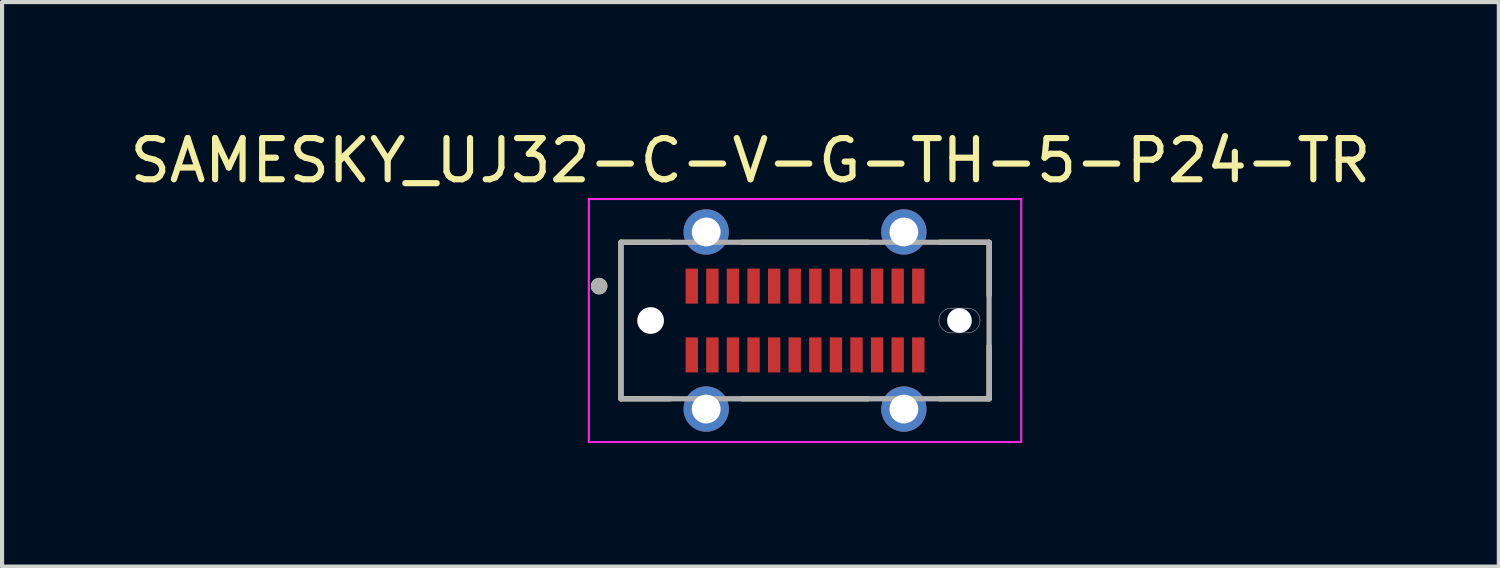
<source format=kicad_pcb>
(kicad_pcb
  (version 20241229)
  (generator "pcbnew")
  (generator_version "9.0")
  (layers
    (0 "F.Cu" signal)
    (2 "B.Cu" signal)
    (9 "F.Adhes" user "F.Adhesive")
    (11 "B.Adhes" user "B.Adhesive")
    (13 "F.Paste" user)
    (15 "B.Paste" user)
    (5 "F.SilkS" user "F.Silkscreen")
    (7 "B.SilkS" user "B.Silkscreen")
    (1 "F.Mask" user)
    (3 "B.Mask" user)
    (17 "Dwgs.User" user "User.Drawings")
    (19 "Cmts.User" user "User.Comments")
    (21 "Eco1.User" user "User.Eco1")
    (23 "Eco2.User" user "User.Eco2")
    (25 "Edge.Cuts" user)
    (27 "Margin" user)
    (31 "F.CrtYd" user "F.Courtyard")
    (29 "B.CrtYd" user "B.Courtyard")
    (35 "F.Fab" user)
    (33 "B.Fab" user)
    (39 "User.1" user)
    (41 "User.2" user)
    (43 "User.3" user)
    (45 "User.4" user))
  (footprint "SAMESKY_UJ32-C-V-G-TH-5-P24-TR"
    (layer "F.Cu")
    (at 16.498 4.733)
    (property "Reference" "SAMESKY_UJ32-C-V-G-TH-5-P24-TR" (at -1.325 -3.885 0) (layer "F.SilkS") (effects (font (size 1 1) (thickness 0.15))))
    (attr smd)
    (fp_poly (pts (xy 3.55 0.4) (xy 3.529 0.399) (xy 3.508 0.398) (xy 3.487 0.395) (xy 3.467 0.391) (xy 3.446 0.386) (xy 3.426 0.38) (xy 3.407 0.373) (xy 3.387 0.365) (xy 3.368 0.356) (xy 3.35 0.346) (xy 3.332 0.335) (xy 3.315 0.324) (xy 3.298 0.311) (xy 3.282 0.297) (xy 3.267 0.283) (xy 3.253 0.268) (xy 3.239 0.252) (xy 3.226 0.235) (xy 3.215 0.218) (xy 3.204 0.2) (xy 3.194 0.182) (xy 3.185 0.163) (xy 3.177 0.143) (xy 3.17 0.124) (xy 3.164 0.104) (xy 3.159 0.083) (xy 3.155 0.063) (xy 3.152 0.042) (xy 3.151 0.021) (xy 3.15 0) (xy 3.151 -0.021) (xy 3.152 -0.042) (xy 3.155 -0.063) (xy 3.159 -0.083) (xy 3.164 -0.104) (xy 3.17 -0.124) (xy 3.177 -0.143) (xy 3.185 -0.163) (xy 3.194 -0.182) (xy 3.204 -0.2) (xy 3.215 -0.218) (xy 3.226 -0.235) (xy 3.239 -0.252) (xy 3.253 -0.268) (xy 3.267 -0.283) (xy 3.282 -0.297) (xy 3.298 -0.311) (xy 3.315 -0.324) (xy 3.332 -0.335) (xy 3.35 -0.346) (xy 3.368 -0.356) (xy 3.387 -0.365) (xy 3.407 -0.373) (xy 3.426 -0.38) (xy 3.446 -0.386) (xy 3.467 -0.391) (xy 3.487 -0.395) (xy 3.508 -0.398) (xy 3.529 -0.399) (xy 3.55 -0.4) (xy 3.95 -0.4) (xy 3.971 -0.399) (xy 3.992 -0.398) (xy 4.013 -0.395) (xy 4.033 -0.391) (xy 4.054 -0.386) (xy 4.074 -0.38) (xy 4.093 -0.373) (xy 4.113 -0.365) (xy 4.132 -0.356) (xy 4.15 -0.346) (xy 4.168 -0.335) (xy 4.185 -0.324) (xy 4.202 -0.311) (xy 4.218 -0.297) (xy 4.233 -0.283) (xy 4.247 -0.268) (xy 4.261 -0.252) (xy 4.274 -0.235) (xy 4.285 -0.218) (xy 4.296 -0.2) (xy 4.306 -0.182) (xy 4.315 -0.163) (xy 4.323 -0.143) (xy 4.33 -0.124) (xy 4.336 -0.104) (xy 4.341 -0.083) (xy 4.345 -0.063) (xy 4.348 -0.042) (xy 4.349 -0.021) (xy 4.35 0) (xy 4.349 0.021) (xy 4.348 0.042) (xy 4.345 0.063) (xy 4.341 0.083) (xy 4.336 0.104) (xy 4.33 0.124) (xy 4.323 0.143) (xy 4.315 0.163) (xy 4.306 0.182) (xy 4.296 0.2) (xy 4.285 0.218) (xy 4.274 0.235) (xy 4.261 0.252) (xy 4.247 0.268) (xy 4.233 0.283) (xy 4.218 0.297) (xy 4.202 0.311) (xy 4.185 0.324) (xy 4.168 0.335) (xy 4.15 0.346) (xy 4.132 0.356) (xy 4.113 0.365) (xy 4.093 0.373) (xy 4.074 0.38) (xy 4.054 0.386) (xy 4.033 0.391) (xy 4.013 0.395) (xy 3.992 0.398) (xy 3.971 0.399) (xy 3.95 0.4) (xy 3.55 0.4)) (stroke (width 0.01) (type solid)) (fill yes) (layer "F.Mask"))
    (fp_poly (pts (xy 3.55 0.4) (xy 3.529 0.399) (xy 3.508 0.398) (xy 3.487 0.395) (xy 3.467 0.391) (xy 3.446 0.386) (xy 3.426 0.38) (xy 3.407 0.373) (xy 3.387 0.365) (xy 3.368 0.356) (xy 3.35 0.346) (xy 3.332 0.335) (xy 3.315 0.324) (xy 3.298 0.311) (xy 3.282 0.297) (xy 3.267 0.283) (xy 3.253 0.268) (xy 3.239 0.252) (xy 3.226 0.235) (xy 3.215 0.218) (xy 3.204 0.2) (xy 3.194 0.182) (xy 3.185 0.163) (xy 3.177 0.143) (xy 3.17 0.124) (xy 3.164 0.104) (xy 3.159 0.083) (xy 3.155 0.063) (xy 3.152 0.042) (xy 3.151 0.021) (xy 3.15 0) (xy 3.151 -0.021) (xy 3.152 -0.042) (xy 3.155 -0.063) (xy 3.159 -0.083) (xy 3.164 -0.104) (xy 3.17 -0.124) (xy 3.177 -0.143) (xy 3.185 -0.163) (xy 3.194 -0.182) (xy 3.204 -0.2) (xy 3.215 -0.218) (xy 3.226 -0.235) (xy 3.239 -0.252) (xy 3.253 -0.268) (xy 3.267 -0.283) (xy 3.282 -0.297) (xy 3.298 -0.311) (xy 3.315 -0.324) (xy 3.332 -0.335) (xy 3.35 -0.346) (xy 3.368 -0.356) (xy 3.387 -0.365) (xy 3.407 -0.373) (xy 3.426 -0.38) (xy 3.446 -0.386) (xy 3.467 -0.391) (xy 3.487 -0.395) (xy 3.508 -0.398) (xy 3.529 -0.399) (xy 3.55 -0.4) (xy 3.95 -0.4) (xy 3.971 -0.399) (xy 3.992 -0.398) (xy 4.013 -0.395) (xy 4.033 -0.391) (xy 4.054 -0.386) (xy 4.074 -0.38) (xy 4.093 -0.373) (xy 4.113 -0.365) (xy 4.132 -0.356) (xy 4.15 -0.346) (xy 4.168 -0.335) (xy 4.185 -0.324) (xy 4.202 -0.311) (xy 4.218 -0.297) (xy 4.233 -0.283) (xy 4.247 -0.268) (xy 4.261 -0.252) (xy 4.274 -0.235) (xy 4.285 -0.218) (xy 4.296 -0.2) (xy 4.306 -0.182) (xy 4.315 -0.163) (xy 4.323 -0.143) (xy 4.33 -0.124) (xy 4.336 -0.104) (xy 4.341 -0.083) (xy 4.345 -0.063) (xy 4.348 -0.042) (xy 4.349 -0.021) (xy 4.35 0) (xy 4.349 0.021) (xy 4.348 0.042) (xy 4.345 0.063) (xy 4.341 0.083) (xy 4.336 0.104) (xy 4.33 0.124) (xy 4.323 0.143) (xy 4.315 0.163) (xy 4.306 0.182) (xy 4.296 0.2) (xy 4.285 0.218) (xy 4.274 0.235) (xy 4.261 0.252) (xy 4.247 0.268) (xy 4.233 0.283) (xy 4.218 0.297) (xy 4.202 0.311) (xy 4.185 0.324) (xy 4.168 0.335) (xy 4.15 0.346) (xy 4.132 0.356) (xy 4.113 0.365) (xy 4.093 0.373) (xy 4.074 0.38) (xy 4.054 0.386) (xy 4.033 0.391) (xy 4.013 0.395) (xy 3.992 0.398) (xy 3.971 0.399) (xy 3.95 0.4) (xy 3.55 0.4)) (stroke (width 0.01) (type solid)) (fill yes) (layer "B.Mask"))
    (fp_line (start -4.47 -1.9) (end -3.27 -1.9) (stroke (width 0.127) (type solid)) (layer "F.SilkS"))
    (fp_line (start -4.47 1.9) (end -4.47 -1.9) (stroke (width 0.127) (type solid)) (layer "F.SilkS"))
    (fp_line (start -3.27 1.9) (end -4.47 1.9) (stroke (width 0.127) (type solid)) (layer "F.SilkS"))
    (fp_line (start -1.53 -1.9) (end 1.53 -1.9) (stroke (width 0.127) (type solid)) (layer "F.SilkS"))
    (fp_line (start 1.53 1.9) (end -1.53 1.9) (stroke (width 0.127) (type solid)) (layer "F.SilkS"))
    (fp_line (start 3.27 -1.9) (end 4.47 -1.9) (stroke (width 0.127) (type solid)) (layer "F.SilkS"))
    (fp_line (start 4.47 -1.9) (end 4.47 -0.62) (stroke (width 0.127) (type solid)) (layer "F.SilkS"))
    (fp_line (start 4.47 0.62) (end 4.47 1.9) (stroke (width 0.127) (type solid)) (layer "F.SilkS"))
    (fp_line (start 4.47 1.9) (end 3.27 1.9) (stroke (width 0.127) (type solid)) (layer "F.SilkS"))
    (fp_circle (center -5 -0.835) (end -4.9 -0.835) (stroke (width 0.2) (type solid)) (fill no) (layer "F.SilkS"))
    (fp_line (start 3.55 -0.3) (end 3.95 -0.3) (stroke (width 0.01) (type solid)) (layer "Edge.Cuts"))
    (fp_line (start 3.95 0.3) (end 3.55 0.3) (stroke (width 0.01) (type solid)) (layer "Edge.Cuts"))
    (fp_arc (start 3.25 0) (mid 3.337868 -0.212132) (end 3.55 -0.3) (stroke (width 0.01) (type solid)) (layer "Edge.Cuts"))
    (fp_arc (start 3.55 0.3) (mid 3.337868 0.212132) (end 3.25 0) (stroke (width 0.01) (type solid)) (layer "Edge.Cuts"))
    (fp_arc (start 3.95 -0.3) (mid 4.162132 -0.212132) (end 4.25 0) (stroke (width 0.01) (type solid)) (layer "Edge.Cuts"))
    (fp_arc (start 4.25 0) (mid 4.162132 0.212132) (end 3.95 0.3) (stroke (width 0.01) (type solid)) (layer "Edge.Cuts"))
    (fp_line (start -5.25 -2.95) (end 5.25 -2.95) (stroke (width 0.05) (type solid)) (layer "F.CrtYd"))
    (fp_line (start -5.25 2.95) (end -5.25 -2.95) (stroke (width 0.05) (type solid)) (layer "F.CrtYd"))
    (fp_line (start 5.25 -2.95) (end 5.25 2.95) (stroke (width 0.05) (type solid)) (layer "F.CrtYd"))
    (fp_line (start 5.25 2.95) (end -5.25 2.95) (stroke (width 0.05) (type solid)) (layer "F.CrtYd"))
    (fp_line (start -4.47 -1.9) (end 4.47 -1.9) (stroke (width 0.127) (type solid)) (layer "F.Fab"))
    (fp_line (start -4.47 1.9) (end -4.47 -1.9) (stroke (width 0.127) (type solid)) (layer "F.Fab"))
    (fp_line (start 4.47 -1.9) (end 4.47 1.9) (stroke (width 0.127) (type solid)) (layer "F.Fab"))
    (fp_line (start 4.47 1.9) (end -4.47 1.9) (stroke (width 0.127) (type solid)) (layer "F.Fab"))
    (fp_circle (center -5 -0.835) (end -4.9 -0.835) (stroke (width 0.2) (type solid)) (fill no) (layer "F.Fab"))
    (pad "" np_thru_hole circle (at -3.75 0) (size 0.65 0.65) (drill 0.65) (layers "*.Cu" "*.Mask"))
    (pad "" np_thru_hole circle (at 3.75 0) (size 0.6 0.6) (drill 0.6) (layers "*.Cu" "*.Mask"))
    (pad "A1" smd rect (at -2.75 -0.835) (size 0.3 0.85) (layers "F.Cu" "F.Mask" "F.Paste"))
    (pad "A2" smd rect (at -2.25 -0.835) (size 0.3 0.85) (layers "F.Cu" "F.Mask" "F.Paste"))
    (pad "A3" smd rect (at -1.75 -0.835) (size 0.3 0.85) (layers "F.Cu" "F.Mask" "F.Paste"))
    (pad "A4" smd rect (at -1.25 -0.835) (size 0.3 0.85) (layers "F.Cu" "F.Mask" "F.Paste"))
    (pad "A5" smd rect (at -0.75 -0.835) (size 0.3 0.85) (layers "F.Cu" "F.Mask" "F.Paste"))
    (pad "A6" smd rect (at -0.25 -0.835) (size 0.3 0.85) (layers "F.Cu" "F.Mask" "F.Paste"))
    (pad "A7" smd rect (at 0.25 -0.835) (size 0.3 0.85) (layers "F.Cu" "F.Mask" "F.Paste"))
    (pad "A8" smd rect (at 0.75 -0.835) (size 0.3 0.85) (layers "F.Cu" "F.Mask" "F.Paste"))
    (pad "A9" smd rect (at 1.25 -0.835) (size 0.3 0.85) (layers "F.Cu" "F.Mask" "F.Paste"))
    (pad "A10" smd rect (at 1.75 -0.835) (size 0.3 0.85) (layers "F.Cu" "F.Mask" "F.Paste"))
    (pad "A11" smd rect (at 2.25 -0.835) (size 0.3 0.85) (layers "F.Cu" "F.Mask" "F.Paste"))
    (pad "A12" smd rect (at 2.75 -0.835) (size 0.3 0.85) (layers "F.Cu" "F.Mask" "F.Paste"))
    (pad "B1" smd rect (at 2.75 0.835) (size 0.3 0.85) (layers "F.Cu" "F.Mask" "F.Paste"))
    (pad "B2" smd rect (at 2.25 0.835) (size 0.3 0.85) (layers "F.Cu" "F.Mask" "F.Paste"))
    (pad "B3" smd rect (at 1.75 0.835) (size 0.3 0.85) (layers "F.Cu" "F.Mask" "F.Paste"))
    (pad "B4" smd rect (at 1.25 0.835) (size 0.3 0.85) (layers "F.Cu" "F.Mask" "F.Paste"))
    (pad "B5" smd rect (at 0.75 0.835) (size 0.3 0.85) (layers "F.Cu" "F.Mask" "F.Paste"))
    (pad "B6" smd rect (at 0.25 0.835) (size 0.3 0.85) (layers "F.Cu" "F.Mask" "F.Paste"))
    (pad "B7" smd rect (at -0.25 0.835) (size 0.3 0.85) (layers "F.Cu" "F.Mask" "F.Paste"))
    (pad "B8" smd rect (at -0.75 0.835) (size 0.3 0.85) (layers "F.Cu" "F.Mask" "F.Paste"))
    (pad "B9" smd rect (at -1.25 0.835) (size 0.3 0.85) (layers "F.Cu" "F.Mask" "F.Paste"))
    (pad "B10" smd rect (at -1.75 0.835) (size 0.3 0.85) (layers "F.Cu" "F.Mask" "F.Paste"))
    (pad "B11" smd rect (at -2.25 0.835) (size 0.3 0.85) (layers "F.Cu" "F.Mask" "F.Paste"))
    (pad "B12" smd rect (at -2.75 0.835) (size 0.3 0.85) (layers "F.Cu" "F.Mask" "F.Paste"))
    (pad "SH1" thru_hole circle (at -2.4 -2.15) (size 1.1 1.1) (drill 0.7) (layers "*.Cu" "*.Mask"))
    (pad "SH2" thru_hole circle (at 2.4 -2.15) (size 1.1 1.1) (drill 0.7) (layers "*.Cu" "*.Mask"))
    (pad "SH3" thru_hole circle (at -2.4 2.15) (size 1.1 1.1) (drill 0.7) (layers "*.Cu" "*.Mask"))
    (pad "SH4" thru_hole circle (at 2.4 2.15) (size 1.1 1.1) (drill 0.7) (layers "*.Cu" "*.Mask")))
  (gr_rect
    (start -3 -3)
    (end 33.345 10.708)
    (stroke (width 0.1) (type default))
    (fill no)
    (layer "Edge.Cuts")))
</source>
